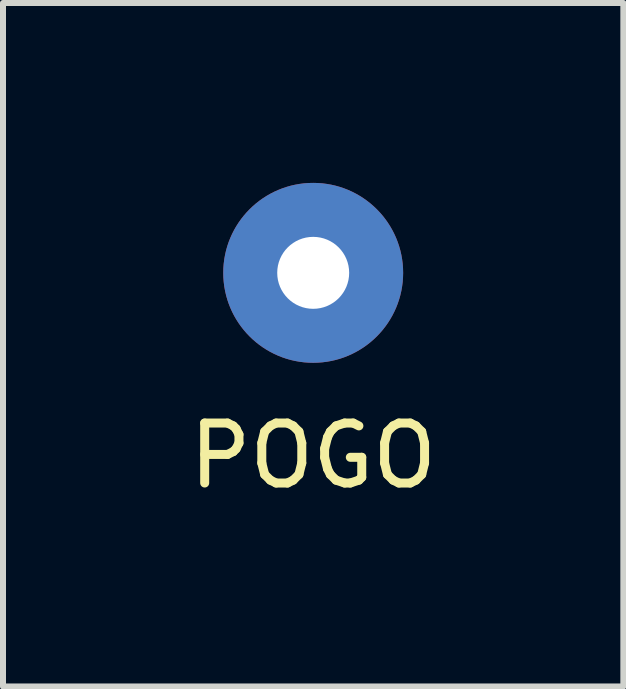
<source format=kicad_pcb>
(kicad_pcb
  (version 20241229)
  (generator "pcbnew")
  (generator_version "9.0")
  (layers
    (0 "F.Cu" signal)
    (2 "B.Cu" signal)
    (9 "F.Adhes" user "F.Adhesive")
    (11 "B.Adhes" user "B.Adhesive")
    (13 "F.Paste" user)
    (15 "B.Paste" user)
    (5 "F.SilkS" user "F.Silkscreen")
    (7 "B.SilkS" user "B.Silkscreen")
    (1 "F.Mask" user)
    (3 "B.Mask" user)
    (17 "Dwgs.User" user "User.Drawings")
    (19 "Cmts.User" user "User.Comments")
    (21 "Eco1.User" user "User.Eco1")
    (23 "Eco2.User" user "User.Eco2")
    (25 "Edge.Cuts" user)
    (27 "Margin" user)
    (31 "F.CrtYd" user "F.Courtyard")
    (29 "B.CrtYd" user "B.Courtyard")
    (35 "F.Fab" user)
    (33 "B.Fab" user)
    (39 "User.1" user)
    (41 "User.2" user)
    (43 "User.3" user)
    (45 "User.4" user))
  (footprint "POGO"
    (layer "F.Cu")
    (at 2.173 1.5)
    (property "Reference" "POGO" (at 0 3.05 0) (layer "F.SilkS") (effects (font (size 1 1) (thickness 0.15))))
    (attr through_hole)
    (pad "1" thru_hole circle (at 0 0) (size 3 3) (drill 1.2) (layers "*.Cu" "*.Mask")))
  (gr_rect
    (start -3 -3)
    (end 7.345 8.398)
    (stroke (width 0.1) (type default))
    (fill no)
    (layer "Edge.Cuts")))
</source>
